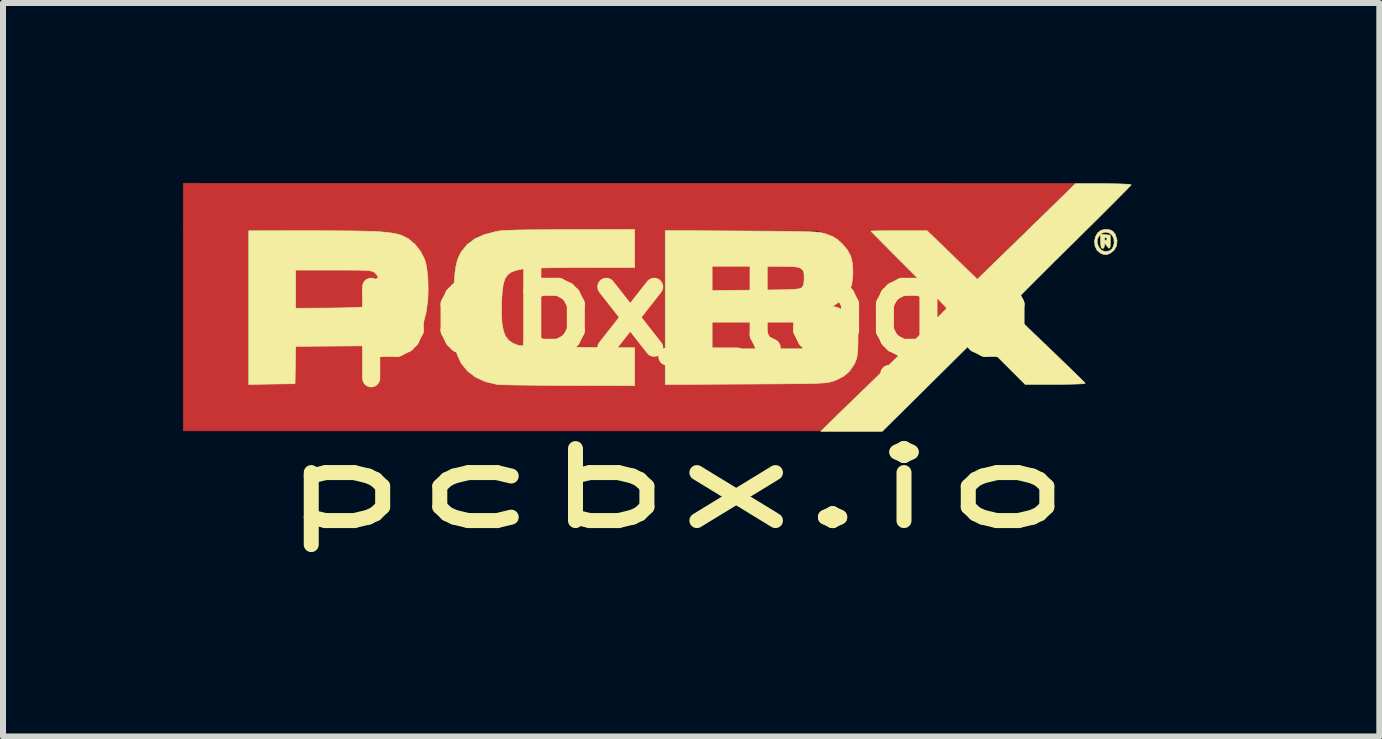
<source format=kicad_pcb>
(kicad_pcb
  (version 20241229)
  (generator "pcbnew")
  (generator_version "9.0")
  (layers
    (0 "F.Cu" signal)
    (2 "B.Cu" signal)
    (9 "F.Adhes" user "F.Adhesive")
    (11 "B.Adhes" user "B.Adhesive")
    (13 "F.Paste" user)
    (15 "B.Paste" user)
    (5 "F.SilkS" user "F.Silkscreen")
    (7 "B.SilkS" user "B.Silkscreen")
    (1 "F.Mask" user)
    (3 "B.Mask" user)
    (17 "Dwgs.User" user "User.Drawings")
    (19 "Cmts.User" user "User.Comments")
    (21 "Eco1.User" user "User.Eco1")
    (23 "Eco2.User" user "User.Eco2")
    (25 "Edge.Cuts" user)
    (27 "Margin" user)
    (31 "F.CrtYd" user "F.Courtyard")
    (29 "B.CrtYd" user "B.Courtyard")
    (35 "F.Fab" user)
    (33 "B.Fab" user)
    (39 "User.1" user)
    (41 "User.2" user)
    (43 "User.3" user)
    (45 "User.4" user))
  (footprint "pcbx_logo"
    (layer "F.Cu")
    (at 8.472 2.058)
    (property "Reference" "pcbx_logo" (at 0 0 0) (layer "F.SilkS") (effects (font (size 1.524 1.524) (thickness 0.3))))
    (attr through_hole)
    (fp_poly (pts (xy 1.917 0.306) (xy 1.948 0.346) (xy 1.964 0.394) (xy 1.968 0.467) (xy 1.968 0.476) (xy 1.965 0.552) (xy 1.951 0.602) (xy 1.921 0.642) (xy 1.917 0.647) (xy 1.865 0.699) (xy 0.339 0.699) (xy 0.339 0.254) (xy 1.865 0.254) (xy 1.917 0.306)) (stroke (width 0.01) (type solid)) (fill yes) (layer "F.Cu"))
    (fp_poly (pts (xy 1.77 -0.683) (xy 1.824 -0.632) (xy 1.865 -0.568) (xy 1.882 -0.486) (xy 1.876 -0.402) (xy 1.844 -0.333) (xy 1.83 -0.316) (xy 1.816 -0.304) (xy 1.799 -0.294) (xy 1.776 -0.286) (xy 1.742 -0.28) (xy 1.693 -0.276) (xy 1.623 -0.273) (xy 1.529 -0.271) (xy 1.405 -0.271) (xy 1.248 -0.27) (xy 1.057 -0.27) (xy 0.334 -0.27) (xy 0.334 -0.695) (xy 1.77 -0.683)) (stroke (width 0.01) (type solid)) (fill yes) (layer "F.Cu"))
    (fp_poly (pts (xy -5.974 -0.631) (xy -5.783 -0.629) (xy -5.629 -0.626) (xy -5.509 -0.622) (xy -5.417 -0.616) (xy -5.349 -0.607) (xy -5.301 -0.594) (xy -5.268 -0.576) (xy -5.245 -0.554) (xy -5.228 -0.525) (xy -5.216 -0.496) (xy -5.195 -0.411) (xy -5.188 -0.306) (xy -5.196 -0.199) (xy -5.213 -0.127) (xy -5.229 -0.087) (xy -5.249 -0.055) (xy -5.277 -0.031) (xy -5.318 -0.012) (xy -5.377 0.002) (xy -5.458 0.011) (xy -5.565 0.017) (xy -5.703 0.02) (xy -5.876 0.021) (xy -5.995 0.021) (xy -6.604 0.021) (xy -6.604 -0.638) (xy -5.974 -0.631)) (stroke (width 0.01) (type solid)) (fill yes) (layer "F.Cu"))
    (fp_poly (pts (xy -1.032 -2.052) (xy 6.403 -2.051) (xy 6.145 -1.803) (xy 6.067 -1.729) (xy 5.965 -1.63) (xy 5.844 -1.513) (xy 5.71 -1.382) (xy 5.568 -1.245) (xy 5.424 -1.105) (xy 5.324 -1.007) (xy 4.761 -0.458) (xy 4.65 -0.564) (xy 4.6 -0.612) (xy 4.527 -0.682) (xy 4.436 -0.769) (xy 4.336 -0.865) (xy 4.232 -0.964) (xy 4.227 -0.97) (xy 3.913 -1.27) (xy 3.444 -1.27) (xy 2.974 -1.269) (xy 3.621 -0.624) (xy 4.269 0.021) (xy 3.211 1.048) (xy 2.153 2.074) (xy -8.467 2.074) (xy -8.467 1.292) (xy -7.387 1.292) (xy -7.001 1.286) (xy -6.615 1.281) (xy -6.609 0.97) (xy -6.603 0.659) (xy -5.762 0.652) (xy -5.551 0.65) (xy -5.377 0.648) (xy -5.237 0.646) (xy -5.126 0.643) (xy -5.039 0.64) (xy -4.973 0.636) (xy -4.922 0.63) (xy -4.882 0.623) (xy -4.849 0.614) (xy -4.819 0.603) (xy -4.804 0.598) (xy -4.689 0.534) (xy -4.587 0.445) (xy -4.511 0.344) (xy -4.502 0.328) (xy -4.456 0.204) (xy -4.422 0.051) (xy -4.412 -0.038) (xy -3.972 -0.038) (xy -3.972 0.129) (xy -3.969 0.291) (xy -3.963 0.44) (xy -3.954 0.569) (xy -3.942 0.671) (xy -3.93 0.73) (xy -3.859 0.902) (xy -3.761 1.042) (xy -3.634 1.152) (xy -3.477 1.231) (xy -3.292 1.281) (xy -3.24 1.288) (xy -3.162 1.294) (xy -3.056 1.299) (xy -2.92 1.303) (xy -2.751 1.306) (xy -2.547 1.308) (xy -2.305 1.31) (xy -2.048 1.31) (xy -0.953 1.312) (xy -0.953 1.291) (xy -0.445 1.291) (xy 0.799 1.291) (xy 1.041 1.29) (xy 1.271 1.289) (xy 1.484 1.287) (xy 1.677 1.285) (xy 1.846 1.282) (xy 1.986 1.279) (xy 2.095 1.276) (xy 2.167 1.272) (xy 2.191 1.269) (xy 2.368 1.229) (xy 2.513 1.163) (xy 2.624 1.071) (xy 2.704 0.95) (xy 2.753 0.801) (xy 2.773 0.623) (xy 2.773 0.593) (xy 2.759 0.414) (xy 2.717 0.266) (xy 2.647 0.149) (xy 2.548 0.065) (xy 2.448 0.019) (xy 2.348 -0.013) (xy 2.454 -0.082) (xy 2.559 -0.167) (xy 2.629 -0.269) (xy 2.671 -0.395) (xy 2.684 -0.501) (xy 2.679 -0.687) (xy 2.641 -0.848) (xy 2.569 -0.984) (xy 2.463 -1.095) (xy 2.324 -1.179) (xy 2.254 -1.207) (xy 2.106 -1.259) (xy -0.445 -1.272) (xy -0.445 1.291) (xy -0.953 1.291) (xy -0.953 0.681) (xy -1.9 0.672) (xy -2.136 0.67) (xy -2.334 0.668) (xy -2.497 0.665) (xy -2.63 0.661) (xy -2.736 0.656) (xy -2.819 0.65) (xy -2.883 0.641) (xy -2.932 0.63) (xy -2.97 0.616) (xy -3 0.599) (xy -3.027 0.579) (xy -3.045 0.563) (xy -3.088 0.52) (xy -3.119 0.473) (xy -3.141 0.416) (xy -3.156 0.341) (xy -3.165 0.239) (xy -3.17 0.104) (xy -3.171 0.083) (xy -3.172 -0.108) (xy -3.164 -0.261) (xy -3.144 -0.382) (xy -3.112 -0.473) (xy -3.066 -0.54) (xy -3.004 -0.587) (xy -2.937 -0.615) (xy -2.9 -0.622) (xy -2.838 -0.628) (xy -2.749 -0.634) (xy -2.63 -0.639) (xy -2.479 -0.643) (xy -2.292 -0.646) (xy -2.068 -0.649) (xy -1.9 -0.65) (xy -0.953 -0.659) (xy -0.953 -1.291) (xy -1.997 -1.291) (xy -2.252 -1.291) (xy -2.467 -1.29) (xy -2.648 -1.289) (xy -2.798 -1.286) (xy -2.921 -1.283) (xy -3.021 -1.279) (xy -3.102 -1.274) (xy -3.167 -1.268) (xy -3.22 -1.26) (xy -3.224 -1.26) (xy -3.415 -1.217) (xy -3.57 -1.159) (xy -3.694 -1.083) (xy -3.791 -0.984) (xy -3.866 -0.858) (xy -3.923 -0.702) (xy -3.931 -0.675) (xy -3.945 -0.599) (xy -3.956 -0.49) (xy -3.964 -0.355) (xy -3.97 -0.202) (xy -3.972 -0.038) (xy -4.412 -0.038) (xy -4.402 -0.122) (xy -4.396 -0.304) (xy -4.403 -0.483) (xy -4.424 -0.65) (xy -4.461 -0.794) (xy -4.468 -0.815) (xy -4.536 -0.948) (xy -4.629 -1.06) (xy -4.74 -1.142) (xy -4.75 -1.148) (xy -4.795 -1.17) (xy -4.837 -1.189) (xy -4.879 -1.205) (xy -4.926 -1.219) (xy -4.981 -1.23) (xy -5.048 -1.238) (xy -5.13 -1.245) (xy -5.232 -1.251) (xy -5.356 -1.255) (xy -5.507 -1.258) (xy -5.689 -1.26) (xy -5.905 -1.262) (xy -6.159 -1.264) (xy -6.218 -1.264) (xy -7.387 -1.273) (xy -7.387 1.292) (xy -8.467 1.292) (xy -8.467 -2.053) (xy -1.032 -2.052)) (stroke (width 0.01) (type solid)) (fill yes) (layer "F.Cu"))
    (fp_poly (pts (xy 6.937 -1.152) (xy 6.938 -1.139) (xy 6.917 -1.111) (xy 6.891 -1.108) (xy 6.879 -1.131) (xy 6.896 -1.16) (xy 6.913 -1.164) (xy 6.937 -1.152)) (stroke (width 0.01) (type solid)) (fill yes) (layer "F.Mask"))
    (fp_poly (pts (xy 1.916 0.306) (xy 1.947 0.346) (xy 1.963 0.394) (xy 1.968 0.467) (xy 1.968 0.476) (xy 1.964 0.552) (xy 1.95 0.602) (xy 1.92 0.642) (xy 1.916 0.647) (xy 1.864 0.699) (xy 0.338 0.699) (xy 0.338 0.254) (xy 1.864 0.254) (xy 1.916 0.306)) (stroke (width 0.01) (type solid)) (fill yes) (layer "F.Mask"))
    (fp_poly (pts (xy 1.769 -0.684) (xy 1.823 -0.632) (xy 1.864 -0.569) (xy 1.881 -0.487) (xy 1.875 -0.403) (xy 1.844 -0.333) (xy 1.829 -0.317) (xy 1.815 -0.305) (xy 1.798 -0.295) (xy 1.776 -0.287) (xy 1.741 -0.281) (xy 1.692 -0.277) (xy 1.622 -0.274) (xy 1.528 -0.272) (xy 1.404 -0.271) (xy 1.248 -0.271) (xy 1.056 -0.271) (xy 0.333 -0.271) (xy 0.333 -0.696) (xy 1.769 -0.684)) (stroke (width 0.01) (type solid)) (fill yes) (layer "F.Mask"))
    (fp_poly (pts (xy -5.974 -0.632) (xy -5.783 -0.63) (xy -5.629 -0.627) (xy -5.509 -0.623) (xy -5.417 -0.617) (xy -5.349 -0.608) (xy -5.301 -0.595) (xy -5.268 -0.577) (xy -5.245 -0.554) (xy -5.228 -0.525) (xy -5.216 -0.497) (xy -5.195 -0.412) (xy -5.188 -0.307) (xy -5.196 -0.2) (xy -5.213 -0.128) (xy -5.229 -0.088) (xy -5.249 -0.056) (xy -5.277 -0.031) (xy -5.318 -0.013) (xy -5.377 0.001) (xy -5.458 0.01) (xy -5.565 0.016) (xy -5.703 0.019) (xy -5.876 0.02) (xy -5.995 0.02) (xy -6.604 0.02) (xy -6.604 -0.639) (xy -5.974 -0.632)) (stroke (width 0.01) (type solid)) (fill yes) (layer "F.Mask"))
    (fp_poly (pts (xy 6.973 -1.238) (xy 7.024 -1.186) (xy 7.047 -1.107) (xy 7.048 -1.081) (xy 7.033 -1.004) (xy 6.992 -0.948) (xy 6.936 -0.917) (xy 6.874 -0.915) (xy 6.814 -0.946) (xy 6.796 -0.966) (xy 6.77 -1.018) (xy 6.818 -1.018) (xy 6.826 -0.984) (xy 6.844 -0.974) (xy 6.846 -0.974) (xy 6.873 -0.991) (xy 6.879 -1.016) (xy 6.887 -1.05) (xy 6.898 -1.058) (xy 6.918 -1.041) (xy 6.928 -1.016) (xy 6.946 -0.982) (xy 6.962 -0.974) (xy 6.982 -0.989) (xy 6.982 -1.021) (xy 6.964 -1.047) (xy 6.956 -1.074) (xy 6.968 -1.099) (xy 6.984 -1.152) (xy 6.965 -1.189) (xy 6.913 -1.203) (xy 6.895 -1.203) (xy 6.855 -1.196) (xy 6.834 -1.18) (xy 6.824 -1.143) (xy 6.82 -1.085) (xy 6.818 -1.018) (xy 6.77 -1.018) (xy 6.759 -1.039) (xy 6.753 -1.114) (xy 6.776 -1.182) (xy 6.822 -1.233) (xy 6.889 -1.255) (xy 6.9 -1.256) (xy 6.973 -1.238)) (stroke (width 0.01) (type solid)) (fill yes) (layer "F.Mask"))
    (fp_poly (pts (xy 8.467 2.074) (xy 5.821 2.074) (xy 5.49 2.074) (xy 5.171 2.074) (xy 4.866 2.074) (xy 4.579 2.074) (xy 4.311 2.073) (xy 4.065 2.073) (xy 3.844 2.072) (xy 3.65 2.072) (xy 3.485 2.071) (xy 3.353 2.071) (xy 3.256 2.07) (xy 3.195 2.069) (xy 3.175 2.068) (xy 3.19 2.053) (xy 3.232 2.011) (xy 3.299 1.944) (xy 3.387 1.856) (xy 3.495 1.75) (xy 3.619 1.628) (xy 3.756 1.492) (xy 3.904 1.347) (xy 3.97 1.282) (xy 4.765 0.502) (xy 5.162 0.896) (xy 5.559 1.291) (xy 6.066 1.291) (xy 6.572 1.291) (xy 6.329 1.052) (xy 6.243 0.969) (xy 6.135 0.863) (xy 6.012 0.744) (xy 5.881 0.617) (xy 5.751 0.492) (xy 5.673 0.416) (xy 5.26 0.019) (xy 6.307 -1.017) (xy 6.374 -1.084) (xy 6.715 -1.084) (xy 6.725 -1.008) (xy 6.762 -0.94) (xy 6.813 -0.9) (xy 6.872 -0.874) (xy 6.922 -0.873) (xy 6.975 -0.893) (xy 7.038 -0.943) (xy 7.077 -1.017) (xy 7.089 -1.102) (xy 7.07 -1.185) (xy 7.066 -1.192) (xy 7.016 -1.256) (xy 6.947 -1.286) (xy 6.899 -1.29) (xy 6.823 -1.273) (xy 6.766 -1.227) (xy 6.729 -1.16) (xy 6.715 -1.084) (xy 6.374 -1.084) (xy 7.353 -2.053) (xy 8.467 -2.053) (xy 8.467 2.074)) (stroke (width 0.01) (type solid)) (fill yes) (layer "F.Mask"))
    (fp_poly (pts (xy -1.031 -2.052) (xy 6.404 -2.051) (xy 6.146 -1.803) (xy 6.068 -1.728) (xy 5.966 -1.63) (xy 5.845 -1.512) (xy 5.711 -1.382) (xy 5.569 -1.244) (xy 5.425 -1.105) (xy 5.325 -1.007) (xy 4.761 -0.458) (xy 4.651 -0.563) (xy 4.601 -0.611) (xy 4.527 -0.682) (xy 4.437 -0.769) (xy 4.336 -0.865) (xy 4.233 -0.964) (xy 4.228 -0.969) (xy 3.914 -1.27) (xy 3.445 -1.269) (xy 2.975 -1.269) (xy 3.622 -0.624) (xy 4.27 0.021) (xy 3.212 1.048) (xy 2.154 2.075) (xy -8.466 2.075) (xy -8.466 1.292) (xy -7.386 1.292) (xy -7 1.287) (xy -6.614 1.281) (xy -6.608 0.97) (xy -6.602 0.66) (xy -5.761 0.652) (xy -5.55 0.65) (xy -5.376 0.648) (xy -5.236 0.646) (xy -5.125 0.644) (xy -5.038 0.64) (xy -4.972 0.636) (xy -4.921 0.63) (xy -4.881 0.623) (xy -4.849 0.614) (xy -4.818 0.604) (xy -4.803 0.598) (xy -4.688 0.535) (xy -4.586 0.446) (xy -4.51 0.344) (xy -4.502 0.328) (xy -4.455 0.205) (xy -4.422 0.051) (xy -4.411 -0.037) (xy -3.972 -0.037) (xy -3.971 0.129) (xy -3.968 0.291) (xy -3.962 0.441) (xy -3.953 0.57) (xy -3.942 0.671) (xy -3.929 0.731) (xy -3.858 0.902) (xy -3.76 1.043) (xy -3.633 1.152) (xy -3.476 1.232) (xy -3.291 1.282) (xy -3.239 1.289) (xy -3.161 1.294) (xy -3.055 1.299) (xy -2.919 1.303) (xy -2.75 1.306) (xy -2.546 1.309) (xy -2.304 1.31) (xy -2.047 1.311) (xy -0.952 1.313) (xy -0.952 1.292) (xy -0.444 1.292) (xy 0.8 1.291) (xy 1.042 1.291) (xy 1.271 1.29) (xy 1.485 1.288) (xy 1.678 1.286) (xy 1.846 1.283) (xy 1.987 1.28) (xy 2.096 1.276) (xy 2.168 1.272) (xy 2.192 1.27) (xy 2.369 1.23) (xy 2.513 1.164) (xy 2.625 1.071) (xy 2.705 0.951) (xy 2.754 0.802) (xy 2.773 0.623) (xy 2.774 0.593) (xy 2.76 0.414) (xy 2.717 0.266) (xy 2.647 0.15) (xy 2.549 0.065) (xy 2.449 0.02) (xy 2.349 -0.013) (xy 2.455 -0.082) (xy 2.559 -0.167) (xy 2.63 -0.269) (xy 2.671 -0.395) (xy 2.685 -0.5) (xy 2.68 -0.686) (xy 2.642 -0.848) (xy 2.569 -0.984) (xy 2.464 -1.094) (xy 2.325 -1.179) (xy 2.255 -1.207) (xy 2.107 -1.259) (xy -0.444 -1.272) (xy -0.444 1.292) (xy -0.952 1.292) (xy -0.952 0.681) (xy -1.899 0.673) (xy -2.135 0.671) (xy -2.333 0.668) (xy -2.497 0.665) (xy -2.629 0.662) (xy -2.735 0.657) (xy -2.818 0.65) (xy -2.882 0.641) (xy -2.931 0.63) (xy -2.969 0.616) (xy -2.999 0.6) (xy -3.026 0.579) (xy -3.044 0.564) (xy -3.087 0.52) (xy -3.118 0.474) (xy -3.14 0.417) (xy -3.155 0.341) (xy -3.164 0.24) (xy -3.17 0.105) (xy -3.17 0.083) (xy -3.172 -0.108) (xy -3.163 -0.261) (xy -3.144 -0.381) (xy -3.111 -0.473) (xy -3.065 -0.54) (xy -3.004 -0.587) (xy -2.936 -0.614) (xy -2.899 -0.622) (xy -2.837 -0.628) (xy -2.748 -0.633) (xy -2.63 -0.638) (xy -2.478 -0.642) (xy -2.291 -0.646) (xy -2.067 -0.648) (xy -1.899 -0.65) (xy -0.952 -0.659) (xy -0.952 -1.291) (xy -1.997 -1.291) (xy -2.251 -1.291) (xy -2.466 -1.29) (xy -2.647 -1.288) (xy -2.798 -1.286) (xy -2.921 -1.283) (xy -3.02 -1.279) (xy -3.101 -1.274) (xy -3.166 -1.267) (xy -3.219 -1.26) (xy -3.223 -1.259) (xy -3.414 -1.216) (xy -3.569 -1.159) (xy -3.693 -1.082) (xy -3.79 -0.983) (xy -3.865 -0.858) (xy -3.922 -0.702) (xy -3.93 -0.675) (xy -3.944 -0.599) (xy -3.955 -0.49) (xy -3.964 -0.355) (xy -3.969 -0.201) (xy -3.972 -0.037) (xy -4.411 -0.037) (xy -4.401 -0.122) (xy -4.395 -0.303) (xy -4.402 -0.483) (xy -4.424 -0.65) (xy -4.46 -0.794) (xy -4.467 -0.814) (xy -4.535 -0.947) (xy -4.629 -1.06) (xy -4.739 -1.142) (xy -4.75 -1.147) (xy -4.794 -1.17) (xy -4.836 -1.189) (xy -4.878 -1.205) (xy -4.925 -1.218) (xy -4.98 -1.229) (xy -5.047 -1.238) (xy -5.129 -1.245) (xy -5.231 -1.25) (xy -5.355 -1.254) (xy -5.507 -1.257) (xy -5.688 -1.26) (xy -5.904 -1.262) (xy -6.158 -1.264) (xy -6.217 -1.264) (xy -7.386 -1.273) (xy -7.386 1.292) (xy -8.466 1.292) (xy -8.466 -2.053) (xy -1.031 -2.052)) (stroke (width 0.01) (type solid)) (fill yes) (layer "F.Mask"))
    (fp_poly (pts (xy 6.905 -1.195) (xy 6.985 -1.188) (xy 6.987 -1.077) (xy 6.985 -1.005) (xy 6.975 -0.972) (xy 6.955 -0.977) (xy 6.925 -1.014) (xy 6.892 -1.061) (xy 6.89 -1.014) (xy 6.877 -0.975) (xy 6.858 -0.966) (xy 6.839 -0.976) (xy 6.829 -1.013) (xy 6.826 -1.083) (xy 6.826 -1.125) (xy 6.889 -1.125) (xy 6.901 -1.097) (xy 6.91 -1.093) (xy 6.929 -1.11) (xy 6.932 -1.125) (xy 6.92 -1.153) (xy 6.91 -1.157) (xy 6.892 -1.139) (xy 6.889 -1.125) (xy 6.826 -1.125) (xy 6.826 -1.201) (xy 6.905 -1.195)) (stroke (width 0.01) (type solid)) (fill yes) (layer "F.SilkS"))
    (fp_poly (pts (xy 6.979 -1.277) (xy 7.03 -1.252) (xy 7.067 -1.203) (xy 7.07 -1.197) (xy 7.099 -1.103) (xy 7.091 -1.012) (xy 7.047 -0.935) (xy 6.981 -0.884) (xy 6.922 -0.863) (xy 6.866 -0.87) (xy 6.826 -0.887) (xy 6.765 -0.938) (xy 6.732 -1.006) (xy 6.727 -1.053) (xy 6.768 -1.053) (xy 6.794 -0.988) (xy 6.842 -0.933) (xy 6.907 -0.912) (xy 6.975 -0.927) (xy 7.012 -0.954) (xy 7.034 -0.992) (xy 7.05 -1.048) (xy 7.051 -1.052) (xy 7.047 -1.129) (xy 7.016 -1.189) (xy 6.966 -1.227) (xy 6.906 -1.24) (xy 6.845 -1.221) (xy 6.806 -1.185) (xy 6.769 -1.12) (xy 6.768 -1.053) (xy 6.727 -1.053) (xy 6.723 -1.083) (xy 6.739 -1.159) (xy 6.776 -1.225) (xy 6.833 -1.269) (xy 6.9 -1.284) (xy 6.979 -1.277)) (stroke (width 0.01) (type solid)) (fill yes) (layer "F.SilkS"))
    (fp_poly (pts (xy -6.313 -1.262) (xy -6.04 -1.261) (xy -5.806 -1.26) (xy -5.606 -1.258) (xy -5.438 -1.254) (xy -5.297 -1.25) (xy -5.181 -1.244) (xy -5.084 -1.236) (xy -5.004 -1.226) (xy -4.936 -1.215) (xy -4.878 -1.201) (xy -4.833 -1.187) (xy -4.713 -1.127) (xy -4.603 -1.034) (xy -4.511 -0.917) (xy -4.445 -0.786) (xy -4.425 -0.723) (xy -4.403 -0.597) (xy -4.389 -0.445) (xy -4.385 -0.283) (xy -4.39 -0.127) (xy -4.393 -0.089) (xy -4.42 0.104) (xy -4.461 0.261) (xy -4.52 0.386) (xy -4.6 0.485) (xy -4.702 0.562) (xy -4.82 0.618) (xy -4.849 0.627) (xy -4.887 0.634) (xy -4.937 0.64) (xy -5.005 0.645) (xy -5.095 0.649) (xy -5.209 0.653) (xy -5.354 0.655) (xy -5.533 0.657) (xy -5.749 0.659) (xy -5.752 0.659) (xy -6.593 0.666) (xy -6.599 0.977) (xy -6.604 1.288) (xy -6.991 1.294) (xy -7.377 1.3) (xy -7.377 -0.606) (xy -6.594 -0.606) (xy -6.594 0.029) (xy -6.123 0.027) (xy -5.973 0.026) (xy -5.825 0.024) (xy -5.689 0.02) (xy -5.574 0.016) (xy -5.49 0.012) (xy -5.475 0.011) (xy -5.385 0.002) (xy -5.327 -0.009) (xy -5.288 -0.025) (xy -5.258 -0.051) (xy -5.249 -0.061) (xy -5.206 -0.137) (xy -5.184 -0.234) (xy -5.183 -0.339) (xy -5.201 -0.439) (xy -5.238 -0.522) (xy -5.274 -0.563) (xy -5.292 -0.575) (xy -5.312 -0.585) (xy -5.341 -0.592) (xy -5.382 -0.598) (xy -5.442 -0.602) (xy -5.523 -0.604) (xy -5.633 -0.605) (xy -5.775 -0.606) (xy -5.953 -0.606) (xy -6.594 -0.606) (xy -7.377 -0.606) (xy -7.377 -1.262) (xy -6.313 -1.262)) (stroke (width 0.01) (type solid)) (fill yes) (layer "F.SilkS"))
    (fp_poly (pts (xy -0.942 -0.649) (xy -1.805 -0.648) (xy -2.016 -0.648) (xy -2.211 -0.646) (xy -2.388 -0.644) (xy -2.54 -0.64) (xy -2.664 -0.636) (xy -2.755 -0.631) (xy -2.805 -0.626) (xy -2.913 -0.604) (xy -2.996 -0.574) (xy -3.058 -0.53) (xy -3.102 -0.467) (xy -3.131 -0.38) (xy -3.149 -0.263) (xy -3.159 -0.112) (xy -3.161 -0.043) (xy -3.162 0.142) (xy -3.153 0.29) (xy -3.131 0.407) (xy -3.096 0.496) (xy -3.045 0.563) (xy -2.976 0.612) (xy -2.894 0.645) (xy -2.854 0.652) (xy -2.78 0.659) (xy -2.671 0.664) (xy -2.524 0.669) (xy -2.34 0.673) (xy -2.116 0.677) (xy -1.879 0.68) (xy -0.942 0.688) (xy -0.942 1.32) (xy -2.038 1.317) (xy -2.253 1.316) (xy -2.458 1.315) (xy -2.649 1.313) (xy -2.822 1.311) (xy -2.971 1.309) (xy -3.092 1.306) (xy -3.182 1.303) (xy -3.234 1.3) (xy -3.241 1.299) (xy -3.432 1.254) (xy -3.595 1.179) (xy -3.73 1.076) (xy -3.834 0.947) (xy -3.898 0.809) (xy -3.926 0.706) (xy -3.946 0.576) (xy -3.959 0.417) (xy -3.966 0.224) (xy -3.965 -0.005) (xy -3.963 -0.109) (xy -3.957 -0.299) (xy -3.949 -0.452) (xy -3.937 -0.576) (xy -3.921 -0.677) (xy -3.9 -0.761) (xy -3.872 -0.834) (xy -3.836 -0.903) (xy -3.824 -0.923) (xy -3.731 -1.037) (xy -3.606 -1.129) (xy -3.448 -1.199) (xy -3.254 -1.249) (xy -3.175 -1.262) (xy -3.124 -1.266) (xy -3.035 -1.27) (xy -2.914 -1.274) (xy -2.764 -1.277) (xy -2.591 -1.279) (xy -2.4 -1.281) (xy -2.194 -1.283) (xy -1.985 -1.283) (xy -0.942 -1.284) (xy -0.942 -0.649)) (stroke (width 0.01) (type solid)) (fill yes) (layer "F.SilkS"))
    (fp_poly (pts (xy 7.005 -2.045) (xy 7.124 -2.043) (xy 7.222 -2.039) (xy 7.293 -2.035) (xy 7.33 -2.03) (xy 7.334 -2.027) (xy 7.319 -2.01) (xy 7.277 -1.965) (xy 7.209 -1.896) (xy 7.118 -1.804) (xy 7.007 -1.692) (xy 6.878 -1.563) (xy 6.734 -1.42) (xy 6.576 -1.264) (xy 6.408 -1.097) (xy 6.307 -0.998) (xy 6.133 -0.827) (xy 5.97 -0.665) (xy 5.818 -0.514) (xy 5.68 -0.376) (xy 5.559 -0.254) (xy 5.457 -0.151) (xy 5.376 -0.068) (xy 5.32 -0.009) (xy 5.29 0.024) (xy 5.285 0.031) (xy 5.301 0.049) (xy 5.345 0.093) (xy 5.413 0.16) (xy 5.501 0.247) (xy 5.608 0.35) (xy 5.729 0.467) (xy 5.861 0.594) (xy 5.926 0.656) (xy 6.063 0.787) (xy 6.189 0.909) (xy 6.303 1.019) (xy 6.401 1.114) (xy 6.479 1.191) (xy 6.535 1.246) (xy 6.564 1.276) (xy 6.568 1.281) (xy 6.55 1.286) (xy 6.495 1.291) (xy 6.41 1.294) (xy 6.299 1.297) (xy 6.168 1.298) (xy 6.071 1.299) (xy 5.567 1.299) (xy 4.775 0.508) (xy 3.98 1.295) (xy 3.185 2.082) (xy 2.159 2.082) (xy 2.265 1.978) (xy 2.299 1.945) (xy 2.36 1.885) (xy 2.446 1.801) (xy 2.553 1.697) (xy 2.679 1.575) (xy 2.82 1.438) (xy 2.974 1.289) (xy 3.137 1.131) (xy 3.307 0.966) (xy 3.312 0.961) (xy 3.479 0.8) (xy 3.636 0.647) (xy 3.781 0.505) (xy 3.912 0.377) (xy 4.026 0.266) (xy 4.12 0.173) (xy 4.192 0.102) (xy 4.239 0.054) (xy 4.259 0.034) (xy 4.259 0.033) (xy 4.246 0.015) (xy 4.206 -0.029) (xy 4.141 -0.097) (xy 4.056 -0.185) (xy 3.953 -0.291) (xy 3.835 -0.41) (xy 3.706 -0.54) (xy 3.63 -0.616) (xy 3.495 -0.751) (xy 3.37 -0.876) (xy 3.258 -0.989) (xy 3.162 -1.086) (xy 3.084 -1.164) (xy 3.029 -1.22) (xy 2.999 -1.251) (xy 2.995 -1.256) (xy 3.015 -1.258) (xy 3.071 -1.26) (xy 3.158 -1.261) (xy 3.269 -1.262) (xy 3.398 -1.262) (xy 3.464 -1.262) (xy 3.932 -1.262) (xy 4.178 -1.025) (xy 4.279 -0.927) (xy 4.387 -0.822) (xy 4.489 -0.723) (xy 4.576 -0.639) (xy 4.596 -0.619) (xy 4.769 -0.452) (xy 6.406 -2.046) (xy 6.87 -2.046) (xy 7.005 -2.045)) (stroke (width 0.01) (type solid)) (fill yes) (layer "F.SilkS"))
    (fp_poly (pts (xy 0.841 -1.258) (xy 1.105 -1.256) (xy 1.33 -1.255) (xy 1.52 -1.253) (xy 1.678 -1.252) (xy 1.808 -1.25) (xy 1.913 -1.247) (xy 1.997 -1.244) (xy 2.063 -1.241) (xy 2.115 -1.236) (xy 2.156 -1.23) (xy 2.19 -1.223) (xy 2.221 -1.215) (xy 2.251 -1.206) (xy 2.262 -1.202) (xy 2.361 -1.163) (xy 2.439 -1.114) (xy 2.519 -1.042) (xy 2.52 -1.041) (xy 2.604 -0.941) (xy 2.66 -0.835) (xy 2.689 -0.712) (xy 2.696 -0.564) (xy 2.694 -0.512) (xy 2.677 -0.369) (xy 2.64 -0.257) (xy 2.577 -0.166) (xy 2.486 -0.088) (xy 2.47 -0.078) (xy 2.359 -0.005) (xy 2.455 0.024) (xy 2.563 0.076) (xy 2.657 0.16) (xy 2.728 0.268) (xy 2.751 0.324) (xy 2.77 0.396) (xy 2.78 0.476) (xy 2.781 0.578) (xy 2.779 0.65) (xy 2.774 0.754) (xy 2.765 0.829) (xy 2.751 0.887) (xy 2.728 0.942) (xy 2.71 0.976) (xy 2.637 1.082) (xy 2.545 1.162) (xy 2.424 1.224) (xy 2.373 1.243) (xy 2.345 1.252) (xy 2.317 1.26) (xy 2.284 1.266) (xy 2.244 1.272) (xy 2.192 1.276) (xy 2.126 1.28) (xy 2.042 1.283) (xy 1.937 1.286) (xy 1.808 1.288) (xy 1.651 1.289) (xy 1.462 1.291) (xy 1.238 1.292) (xy 0.977 1.294) (xy 0.904 1.294) (xy -0.434 1.301) (xy -0.434 0.262) (xy 0.349 0.262) (xy 0.349 0.706) (xy 1.849 0.706) (xy 1.909 0.655) (xy 1.944 0.62) (xy 1.961 0.58) (xy 1.968 0.522) (xy 1.968 0.484) (xy 1.965 0.411) (xy 1.954 0.365) (xy 1.927 0.33) (xy 1.909 0.313) (xy 1.849 0.262) (xy 0.349 0.262) (xy -0.434 0.262) (xy -0.434 -0.67) (xy 0.349 -0.67) (xy 0.349 -0.266) (xy 1.078 -0.272) (xy 1.275 -0.274) (xy 1.433 -0.276) (xy 1.558 -0.278) (xy 1.653 -0.281) (xy 1.724 -0.285) (xy 1.773 -0.29) (xy 1.807 -0.296) (xy 1.829 -0.304) (xy 1.843 -0.313) (xy 1.846 -0.316) (xy 1.871 -0.359) (xy 1.882 -0.429) (xy 1.883 -0.471) (xy 1.88 -0.545) (xy 1.868 -0.59) (xy 1.841 -0.623) (xy 1.833 -0.629) (xy 1.818 -0.64) (xy 1.798 -0.649) (xy 1.769 -0.656) (xy 1.727 -0.661) (xy 1.666 -0.665) (xy 1.584 -0.667) (xy 1.474 -0.669) (xy 1.334 -0.669) (xy 1.157 -0.67) (xy 1.066 -0.67) (xy 0.349 -0.67) (xy -0.434 -0.67) (xy -0.434 -1.265) (xy 0.841 -1.258)) (stroke (width 0.01) (type solid)) (fill yes) (layer "F.SilkS"))
    (fp_text user "pcbx.io" (at -0.262 3.028 0) (layer "F.SilkS") (effects (font (size 1.2 2.5) (thickness 0.25)))))
  (gr_rect
    (start -3 -3)
    (end 19.943 9.227)
    (stroke (width 0.1) (type default))
    (fill no)
    (layer "Edge.Cuts")))
</source>
